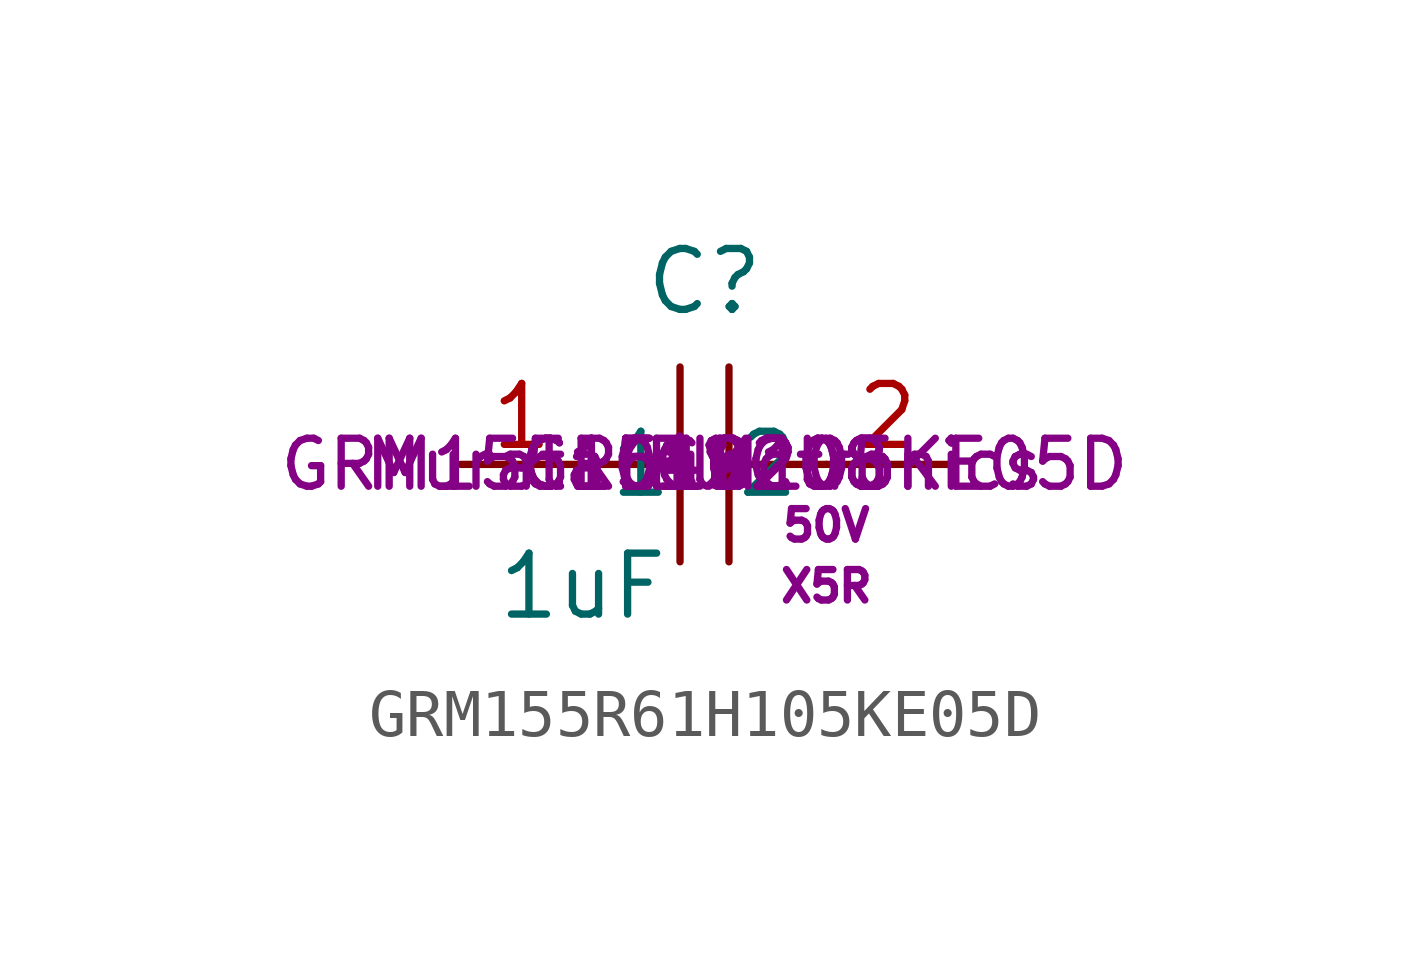
<source format=kicad_sym>
(kicad_symbol_lib
  (version 20211014)
  (generator None)
  (symbol "GRM155R61H105KE05D"
    (property "Reference" "C"
      (at 0 3.81 0)
      (effects (font (size 1.27 1.27))))
    (property "Value" "1uF"
      (at -2.54 -2.54 0)
      (effects (font (size 1.27 1.27))))
    (property "Dielectric" "X5R"
      (at 2.54 -2.54 0)
      (effects (font (size 0.635 0.635))))
    (property "Voltage" "50V"
      (at 2.54 -1.27 0)
      (effects (font (size 0.635 0.635))))
    (property "Tolerance" "1%"
      (at 0.0 0.0 0.0)
      (effects (font (size 1.0 1.0))))
    (property "Footprint_Name" "0402"
      (at 0.0 0.0 0.0)
      (effects (font (size 1.0 1.0))))
    (property "Manufacturer 1" "Murata Electronics"
      (at 0.0 0.0 0.0)
      (effects (font (size 1.0 1.0))))
    (property "Manufacturer Part Number 1" "GRM155R61H105KE05D"
      (at 0.0 0.0 0.0)
      (effects (font (size 1.0 1.0))))
    (property "Supplier 1" "LCSC"
      (at 0.0 0.0 0.0)
      (effects (font (size 1.0 1.0))))
    (property "Supplier Part Number 1" "C1518208"
      (at 0.0 0.0 0.0)
      (effects (font (size 1.0 1.0))))
    (property "LCSC Part" "C1518208"
      (at 0.0 0.0 0.0)
      (effects (font (size 1.0 1.0))))
    (symbol "GRM155R61H105KE05D_0_1"
      (polyline (pts (xy -0.51 -2.03) (xy -0.51 2.03)) (stroke (width 0) (type default)) (fill (type none)))
      (polyline (pts (xy -0.51 0) (xy -2.54 0)) (stroke (width 0) (type default)) (fill (type none)))
      (polyline (pts (xy 0.51 2.03) (xy 0.51 -2.03)) (stroke (width 0) (type default)) (fill (type none)))
      (polyline (pts (xy 2.54 0) (xy 0.51 0)) (stroke (width 0) (type default)) (fill (type none)))
      (pin unspecified line (at -5.08 0 0) (length 2.54) (name "1" (effects (font (size 1.27 1.27)))) (number "1" (effects (font (size 1.27 1.27)))))
      (pin unspecified line (at 5.08 0 180) (length 2.54) (name "2" (effects (font (size 1.27 1.27)))) (number "2" (effects (font (size 1.27 1.27))))))))
</source>
